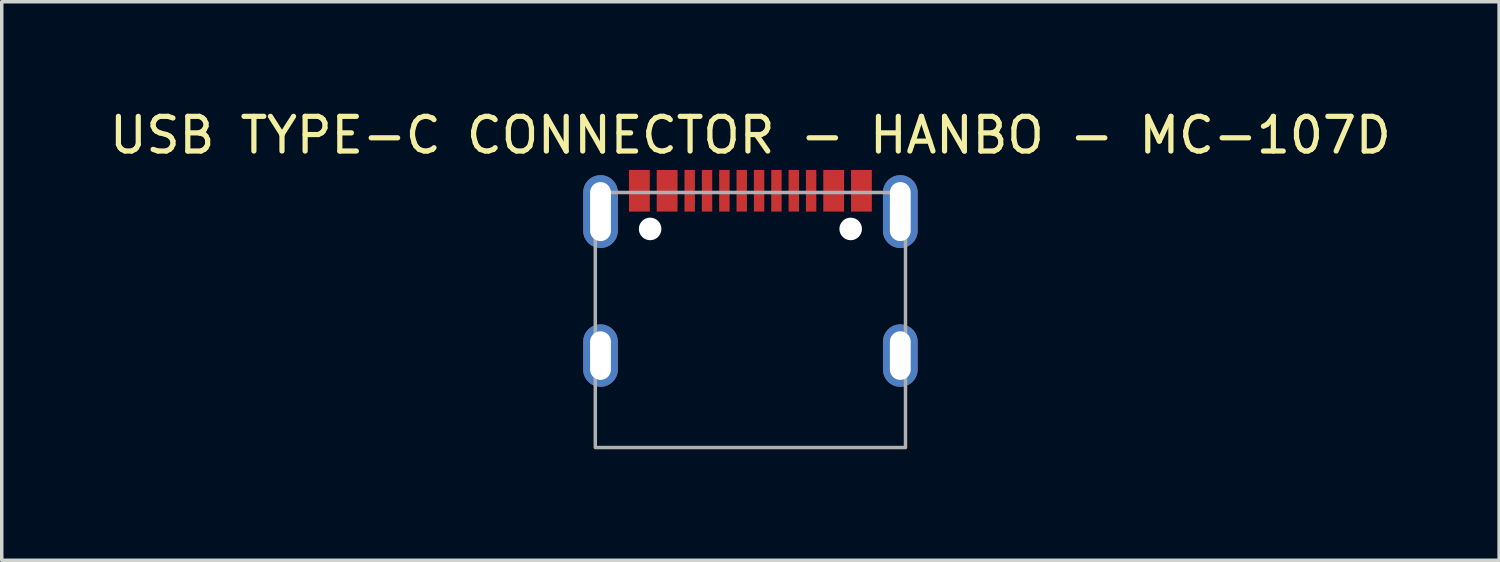
<source format=kicad_pcb>
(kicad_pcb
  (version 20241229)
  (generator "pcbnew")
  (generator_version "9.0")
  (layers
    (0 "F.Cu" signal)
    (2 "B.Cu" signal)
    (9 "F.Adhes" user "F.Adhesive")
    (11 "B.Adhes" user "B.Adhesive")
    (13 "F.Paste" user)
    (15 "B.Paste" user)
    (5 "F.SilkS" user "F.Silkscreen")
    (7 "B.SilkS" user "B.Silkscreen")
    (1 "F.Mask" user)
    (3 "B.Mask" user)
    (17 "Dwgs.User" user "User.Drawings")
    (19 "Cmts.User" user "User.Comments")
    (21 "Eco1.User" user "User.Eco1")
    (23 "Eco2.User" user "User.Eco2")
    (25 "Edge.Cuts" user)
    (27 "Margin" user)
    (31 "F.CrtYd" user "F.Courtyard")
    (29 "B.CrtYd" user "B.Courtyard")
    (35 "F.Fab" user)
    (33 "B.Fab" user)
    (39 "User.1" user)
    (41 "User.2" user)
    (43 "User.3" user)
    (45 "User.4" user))
  (footprint "USB TYPE-C CONNECTOR - HANBO - MC-107D"
    (layer "F.Cu")
    (at 18.577 9.848)
    (property "Reference" "USB TYPE-C CONNECTOR - HANBO - MC-107D" (at 0 -9 0) (unlocked yes) (layer "F.SilkS") (effects (font (size 1 1) (thickness 0.15))))
    (attr smd)
    (fp_rect (start -4.47 -7.35) (end 4.47 0) (stroke (width 0.1) (type default)) (fill no) (layer "F.Fab"))
    (pad "" np_thru_hole oval (at -4.32 -6.8) (size 1 2.1) (drill oval 0.6 1.7) (layers "*.Cu" "*.Mask"))
    (pad "" np_thru_hole oval (at -4.32 -2.65) (size 1 1.8) (drill oval 0.6 1.4) (layers "*.Cu" "*.Mask"))
    (pad "" np_thru_hole circle (at -2.89 -6.3) (size 0.65 0.65) (drill 0.65) (layers "*.Cu" "*.Mask"))
    (pad "" np_thru_hole circle (at 2.89 -6.3) (size 0.65 0.65) (drill 0.65) (layers "*.Cu" "*.Mask"))
    (pad "" np_thru_hole oval (at 4.32 -6.8) (size 1 2.1) (drill oval 0.6 1.7) (layers "*.Cu" "*.Mask"))
    (pad "" np_thru_hole oval (at 4.32 -2.65) (size 1 1.8) (drill oval 0.6 1.4) (layers "*.Cu" "*.Mask"))
    (pad "A5" smd rect (at -1.25 -7.4) (size 0.3 1.2) (layers "F.Cu" "F.Mask" "F.Paste"))
    (pad "A6" smd rect (at -0.25 -7.4) (size 0.3 1.2) (layers "F.Cu" "F.Mask" "F.Paste"))
    (pad "A7" smd rect (at 0.25 -7.4) (size 0.3 1.2) (layers "F.Cu" "F.Mask" "F.Paste"))
    (pad "A8" smd rect (at 1.25 -7.4) (size 0.3 1.2) (layers "F.Cu" "F.Mask" "F.Paste"))
    (pad "A9B4" smd rect (at 2.4 -7.4) (size 0.6 1.2) (layers "F.Cu" "F.Mask" "F.Paste"))
    (pad "A12B1" smd rect (at 3.2 -7.4) (size 0.6 1.2) (layers "F.Cu" "F.Mask" "F.Paste"))
    (pad "B5" smd rect (at 1.75 -7.4) (size 0.3 1.2) (layers "F.Cu" "F.Mask" "F.Paste"))
    (pad "B6" smd rect (at 0.75 -7.4) (size 0.3 1.2) (layers "F.Cu" "F.Mask" "F.Paste"))
    (pad "B7" smd rect (at -0.75 -7.4) (size 0.3 1.2) (layers "F.Cu" "F.Mask" "F.Paste"))
    (pad "B8" smd rect (at -1.75 -7.4) (size 0.3 1.2) (layers "F.Cu" "F.Mask" "F.Paste"))
    (pad "B9A4" smd rect (at -2.4 -7.4) (size 0.6 1.2) (layers "F.Cu" "F.Mask" "F.Paste"))
    (pad "B12A1" smd rect (at -3.2 -7.4) (size 0.6 1.2) (layers "F.Cu" "F.Mask" "F.Paste")))
  (gr_rect
    (start -3 -3)
    (end 40.155 13.098)
    (stroke (width 0.1) (type default))
    (fill no)
    (layer "Edge.Cuts")))
</source>
